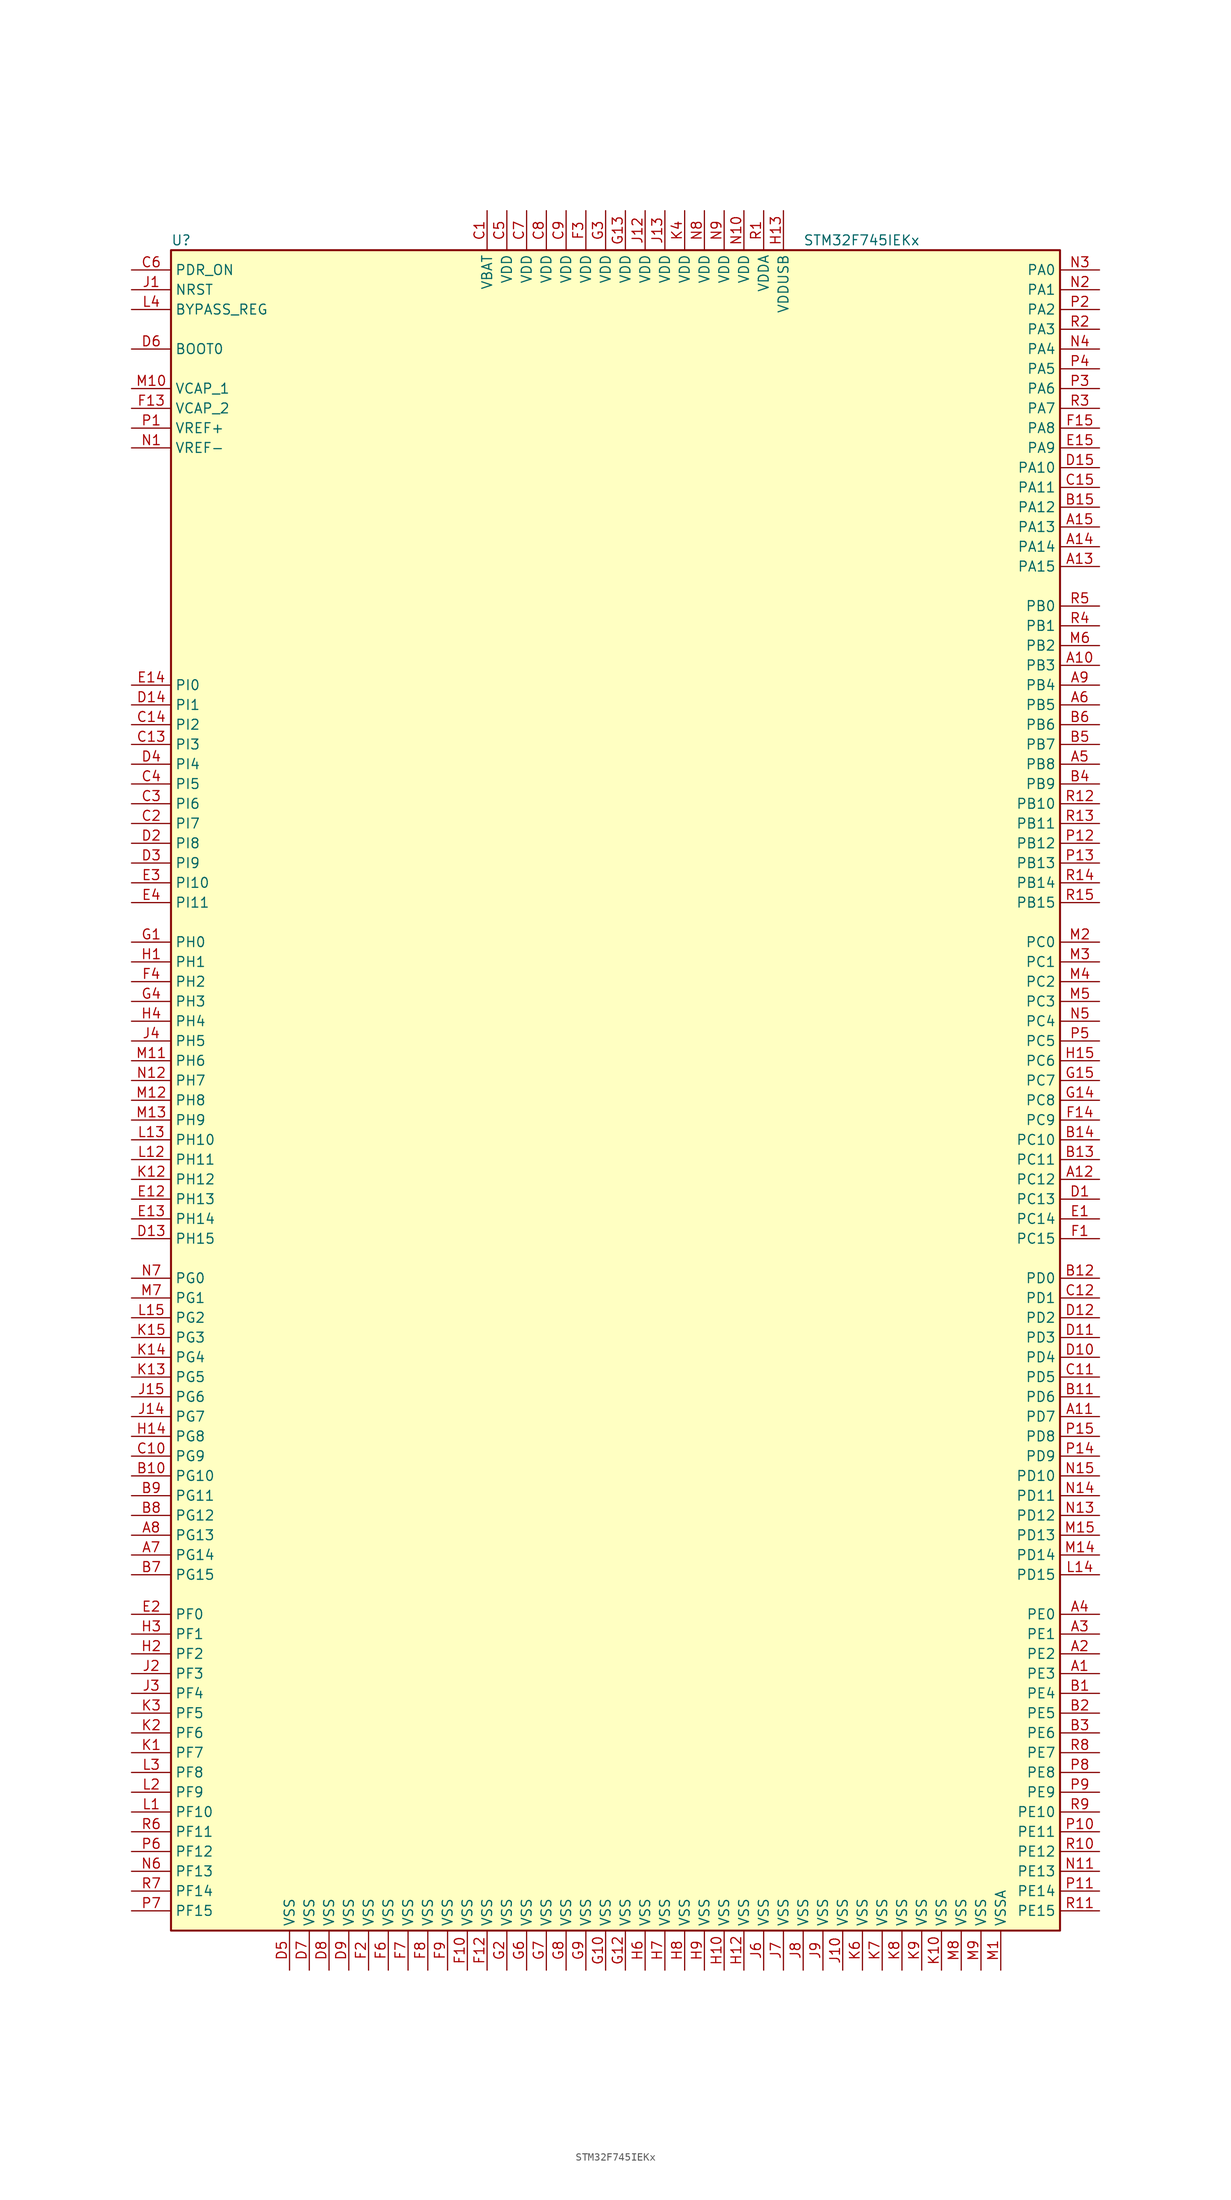
<source format=kicad_sym>
(kicad_symbol_lib
  (version 20211014)
  (generator kicad_symbol_editor)
  (symbol "STM32F745IEKx"
    (property "Reference" "U"
      (at -58.42 107.95 0)
      (effects (font (size 1.27 1.27)) (justify left)))
    (property "Value" "STM32F745IEKx"
      (at 22.86 107.95 0)
      (effects (font (size 1.27 1.27)) (justify left)))
    (symbol "STM32F745IEKx_0_1"
      (rectangle (start -58.42 -109.22) (end 55.88 106.68) (stroke (width 0.254) (type default) (color 0 0 0 0)) (fill (type background))))
    (symbol "STM32F745IEKx_1_1"
      (pin bidirectional line (at 60.96 -76.2 180) (length 5.08) (name "PE3" (effects (font (size 1.27 1.27)))) (number "A1" (effects (font (size 1.27 1.27)))))
      (pin bidirectional line (at 60.96 53.34 180) (length 5.08) (name "PB3" (effects (font (size 1.27 1.27)))) (number "A10" (effects (font (size 1.27 1.27)))))
      (pin bidirectional line (at 60.96 -43.18 180) (length 5.08) (name "PD7" (effects (font (size 1.27 1.27)))) (number "A11" (effects (font (size 1.27 1.27)))))
      (pin bidirectional line (at 60.96 -12.7 180) (length 5.08) (name "PC12" (effects (font (size 1.27 1.27)))) (number "A12" (effects (font (size 1.27 1.27)))))
      (pin bidirectional line (at 60.96 66.04 180) (length 5.08) (name "PA15" (effects (font (size 1.27 1.27)))) (number "A13" (effects (font (size 1.27 1.27)))))
      (pin bidirectional line (at 60.96 68.58 180) (length 5.08) (name "PA14" (effects (font (size 1.27 1.27)))) (number "A14" (effects (font (size 1.27 1.27)))))
      (pin bidirectional line (at 60.96 71.12 180) (length 5.08) (name "PA13" (effects (font (size 1.27 1.27)))) (number "A15" (effects (font (size 1.27 1.27)))))
      (pin bidirectional line (at 60.96 -73.66 180) (length 5.08) (name "PE2" (effects (font (size 1.27 1.27)))) (number "A2" (effects (font (size 1.27 1.27)))))
      (pin bidirectional line (at 60.96 -71.12 180) (length 5.08) (name "PE1" (effects (font (size 1.27 1.27)))) (number "A3" (effects (font (size 1.27 1.27)))))
      (pin bidirectional line (at 60.96 -68.58 180) (length 5.08) (name "PE0" (effects (font (size 1.27 1.27)))) (number "A4" (effects (font (size 1.27 1.27)))))
      (pin bidirectional line (at 60.96 40.64 180) (length 5.08) (name "PB8" (effects (font (size 1.27 1.27)))) (number "A5" (effects (font (size 1.27 1.27)))))
      (pin bidirectional line (at 60.96 48.26 180) (length 5.08) (name "PB5" (effects (font (size 1.27 1.27)))) (number "A6" (effects (font (size 1.27 1.27)))))
      (pin bidirectional line (at -63.5 -60.96 0) (length 5.08) (name "PG14" (effects (font (size 1.27 1.27)))) (number "A7" (effects (font (size 1.27 1.27)))))
      (pin bidirectional line (at -63.5 -58.42 0) (length 5.08) (name "PG13" (effects (font (size 1.27 1.27)))) (number "A8" (effects (font (size 1.27 1.27)))))
      (pin bidirectional line (at 60.96 50.8 180) (length 5.08) (name "PB4" (effects (font (size 1.27 1.27)))) (number "A9" (effects (font (size 1.27 1.27)))))
      (pin bidirectional line (at 60.96 -78.74 180) (length 5.08) (name "PE4" (effects (font (size 1.27 1.27)))) (number "B1" (effects (font (size 1.27 1.27)))))
      (pin bidirectional line (at -63.5 -50.8 0) (length 5.08) (name "PG10" (effects (font (size 1.27 1.27)))) (number "B10" (effects (font (size 1.27 1.27)))))
      (pin bidirectional line (at 60.96 -40.64 180) (length 5.08) (name "PD6" (effects (font (size 1.27 1.27)))) (number "B11" (effects (font (size 1.27 1.27)))))
      (pin bidirectional line (at 60.96 -25.4 180) (length 5.08) (name "PD0" (effects (font (size 1.27 1.27)))) (number "B12" (effects (font (size 1.27 1.27)))))
      (pin bidirectional line (at 60.96 -10.16 180) (length 5.08) (name "PC11" (effects (font (size 1.27 1.27)))) (number "B13" (effects (font (size 1.27 1.27)))))
      (pin bidirectional line (at 60.96 -7.62 180) (length 5.08) (name "PC10" (effects (font (size 1.27 1.27)))) (number "B14" (effects (font (size 1.27 1.27)))))
      (pin bidirectional line (at 60.96 73.66 180) (length 5.08) (name "PA12" (effects (font (size 1.27 1.27)))) (number "B15" (effects (font (size 1.27 1.27)))))
      (pin bidirectional line (at 60.96 -81.28 180) (length 5.08) (name "PE5" (effects (font (size 1.27 1.27)))) (number "B2" (effects (font (size 1.27 1.27)))))
      (pin bidirectional line (at 60.96 -83.82 180) (length 5.08) (name "PE6" (effects (font (size 1.27 1.27)))) (number "B3" (effects (font (size 1.27 1.27)))))
      (pin bidirectional line (at 60.96 38.1 180) (length 5.08) (name "PB9" (effects (font (size 1.27 1.27)))) (number "B4" (effects (font (size 1.27 1.27)))))
      (pin bidirectional line (at 60.96 43.18 180) (length 5.08) (name "PB7" (effects (font (size 1.27 1.27)))) (number "B5" (effects (font (size 1.27 1.27)))))
      (pin bidirectional line (at 60.96 45.72 180) (length 5.08) (name "PB6" (effects (font (size 1.27 1.27)))) (number "B6" (effects (font (size 1.27 1.27)))))
      (pin bidirectional line (at -63.5 -63.5 0) (length 5.08) (name "PG15" (effects (font (size 1.27 1.27)))) (number "B7" (effects (font (size 1.27 1.27)))))
      (pin bidirectional line (at -63.5 -55.88 0) (length 5.08) (name "PG12" (effects (font (size 1.27 1.27)))) (number "B8" (effects (font (size 1.27 1.27)))))
      (pin bidirectional line (at -63.5 -53.34 0) (length 5.08) (name "PG11" (effects (font (size 1.27 1.27)))) (number "B9" (effects (font (size 1.27 1.27)))))
      (pin power_in line (at -17.78 111.76 270) (length 5.08) (name "VBAT" (effects (font (size 1.27 1.27)))) (number "C1" (effects (font (size 1.27 1.27)))))
      (pin bidirectional line (at -63.5 -48.26 0) (length 5.08) (name "PG9" (effects (font (size 1.27 1.27)))) (number "C10" (effects (font (size 1.27 1.27)))))
      (pin bidirectional line (at 60.96 -38.1 180) (length 5.08) (name "PD5" (effects (font (size 1.27 1.27)))) (number "C11" (effects (font (size 1.27 1.27)))))
      (pin bidirectional line (at 60.96 -27.94 180) (length 5.08) (name "PD1" (effects (font (size 1.27 1.27)))) (number "C12" (effects (font (size 1.27 1.27)))))
      (pin bidirectional line (at -63.5 43.18 0) (length 5.08) (name "PI3" (effects (font (size 1.27 1.27)))) (number "C13" (effects (font (size 1.27 1.27)))))
      (pin bidirectional line (at -63.5 45.72 0) (length 5.08) (name "PI2" (effects (font (size 1.27 1.27)))) (number "C14" (effects (font (size 1.27 1.27)))))
      (pin bidirectional line (at 60.96 76.2 180) (length 5.08) (name "PA11" (effects (font (size 1.27 1.27)))) (number "C15" (effects (font (size 1.27 1.27)))))
      (pin bidirectional line (at -63.5 33.02 0) (length 5.08) (name "PI7" (effects (font (size 1.27 1.27)))) (number "C2" (effects (font (size 1.27 1.27)))))
      (pin bidirectional line (at -63.5 35.56 0) (length 5.08) (name "PI6" (effects (font (size 1.27 1.27)))) (number "C3" (effects (font (size 1.27 1.27)))))
      (pin bidirectional line (at -63.5 38.1 0) (length 5.08) (name "PI5" (effects (font (size 1.27 1.27)))) (number "C4" (effects (font (size 1.27 1.27)))))
      (pin power_in line (at -15.24 111.76 270) (length 5.08) (name "VDD" (effects (font (size 1.27 1.27)))) (number "C5" (effects (font (size 1.27 1.27)))))
      (pin input line (at -63.5 104.14 0) (length 5.08) (name "PDR_ON" (effects (font (size 1.27 1.27)))) (number "C6" (effects (font (size 1.27 1.27)))))
      (pin power_in line (at -12.7 111.76 270) (length 5.08) (name "VDD" (effects (font (size 1.27 1.27)))) (number "C7" (effects (font (size 1.27 1.27)))))
      (pin power_in line (at -10.16 111.76 270) (length 5.08) (name "VDD" (effects (font (size 1.27 1.27)))) (number "C8" (effects (font (size 1.27 1.27)))))
      (pin power_in line (at -7.62 111.76 270) (length 5.08) (name "VDD" (effects (font (size 1.27 1.27)))) (number "C9" (effects (font (size 1.27 1.27)))))
      (pin bidirectional line (at 60.96 -15.24 180) (length 5.08) (name "PC13" (effects (font (size 1.27 1.27)))) (number "D1" (effects (font (size 1.27 1.27)))))
      (pin bidirectional line (at 60.96 -35.56 180) (length 5.08) (name "PD4" (effects (font (size 1.27 1.27)))) (number "D10" (effects (font (size 1.27 1.27)))))
      (pin bidirectional line (at 60.96 -33.02 180) (length 5.08) (name "PD3" (effects (font (size 1.27 1.27)))) (number "D11" (effects (font (size 1.27 1.27)))))
      (pin bidirectional line (at 60.96 -30.48 180) (length 5.08) (name "PD2" (effects (font (size 1.27 1.27)))) (number "D12" (effects (font (size 1.27 1.27)))))
      (pin bidirectional line (at -63.5 -20.32 0) (length 5.08) (name "PH15" (effects (font (size 1.27 1.27)))) (number "D13" (effects (font (size 1.27 1.27)))))
      (pin bidirectional line (at -63.5 48.26 0) (length 5.08) (name "PI1" (effects (font (size 1.27 1.27)))) (number "D14" (effects (font (size 1.27 1.27)))))
      (pin bidirectional line (at 60.96 78.74 180) (length 5.08) (name "PA10" (effects (font (size 1.27 1.27)))) (number "D15" (effects (font (size 1.27 1.27)))))
      (pin bidirectional line (at -63.5 30.48 0) (length 5.08) (name "PI8" (effects (font (size 1.27 1.27)))) (number "D2" (effects (font (size 1.27 1.27)))))
      (pin bidirectional line (at -63.5 27.94 0) (length 5.08) (name "PI9" (effects (font (size 1.27 1.27)))) (number "D3" (effects (font (size 1.27 1.27)))))
      (pin bidirectional line (at -63.5 40.64 0) (length 5.08) (name "PI4" (effects (font (size 1.27 1.27)))) (number "D4" (effects (font (size 1.27 1.27)))))
      (pin power_in line (at -43.18 -114.3 90) (length 5.08) (name "VSS" (effects (font (size 1.27 1.27)))) (number "D5" (effects (font (size 1.27 1.27)))))
      (pin input line (at -63.5 93.98 0) (length 5.08) (name "BOOT0" (effects (font (size 1.27 1.27)))) (number "D6" (effects (font (size 1.27 1.27)))))
      (pin power_in line (at -40.64 -114.3 90) (length 5.08) (name "VSS" (effects (font (size 1.27 1.27)))) (number "D7" (effects (font (size 1.27 1.27)))))
      (pin power_in line (at -38.1 -114.3 90) (length 5.08) (name "VSS" (effects (font (size 1.27 1.27)))) (number "D8" (effects (font (size 1.27 1.27)))))
      (pin power_in line (at -35.56 -114.3 90) (length 5.08) (name "VSS" (effects (font (size 1.27 1.27)))) (number "D9" (effects (font (size 1.27 1.27)))))
      (pin bidirectional line (at 60.96 -17.78 180) (length 5.08) (name "PC14" (effects (font (size 1.27 1.27)))) (number "E1" (effects (font (size 1.27 1.27)))))
      (pin bidirectional line (at -63.5 -15.24 0) (length 5.08) (name "PH13" (effects (font (size 1.27 1.27)))) (number "E12" (effects (font (size 1.27 1.27)))))
      (pin bidirectional line (at -63.5 -17.78 0) (length 5.08) (name "PH14" (effects (font (size 1.27 1.27)))) (number "E13" (effects (font (size 1.27 1.27)))))
      (pin bidirectional line (at -63.5 50.8 0) (length 5.08) (name "PI0" (effects (font (size 1.27 1.27)))) (number "E14" (effects (font (size 1.27 1.27)))))
      (pin bidirectional line (at 60.96 81.28 180) (length 5.08) (name "PA9" (effects (font (size 1.27 1.27)))) (number "E15" (effects (font (size 1.27 1.27)))))
      (pin bidirectional line (at -63.5 -68.58 0) (length 5.08) (name "PF0" (effects (font (size 1.27 1.27)))) (number "E2" (effects (font (size 1.27 1.27)))))
      (pin bidirectional line (at -63.5 25.4 0) (length 5.08) (name "PI10" (effects (font (size 1.27 1.27)))) (number "E3" (effects (font (size 1.27 1.27)))))
      (pin bidirectional line (at -63.5 22.86 0) (length 5.08) (name "PI11" (effects (font (size 1.27 1.27)))) (number "E4" (effects (font (size 1.27 1.27)))))
      (pin bidirectional line (at 60.96 -20.32 180) (length 5.08) (name "PC15" (effects (font (size 1.27 1.27)))) (number "F1" (effects (font (size 1.27 1.27)))))
      (pin power_in line (at -20.32 -114.3 90) (length 5.08) (name "VSS" (effects (font (size 1.27 1.27)))) (number "F10" (effects (font (size 1.27 1.27)))))
      (pin power_in line (at -17.78 -114.3 90) (length 5.08) (name "VSS" (effects (font (size 1.27 1.27)))) (number "F12" (effects (font (size 1.27 1.27)))))
      (pin power_in line (at -63.5 86.36 0) (length 5.08) (name "VCAP_2" (effects (font (size 1.27 1.27)))) (number "F13" (effects (font (size 1.27 1.27)))))
      (pin bidirectional line (at 60.96 -5.08 180) (length 5.08) (name "PC9" (effects (font (size 1.27 1.27)))) (number "F14" (effects (font (size 1.27 1.27)))))
      (pin bidirectional line (at 60.96 83.82 180) (length 5.08) (name "PA8" (effects (font (size 1.27 1.27)))) (number "F15" (effects (font (size 1.27 1.27)))))
      (pin power_in line (at -33.02 -114.3 90) (length 5.08) (name "VSS" (effects (font (size 1.27 1.27)))) (number "F2" (effects (font (size 1.27 1.27)))))
      (pin power_in line (at -5.08 111.76 270) (length 5.08) (name "VDD" (effects (font (size 1.27 1.27)))) (number "F3" (effects (font (size 1.27 1.27)))))
      (pin bidirectional line (at -63.5 12.7 0) (length 5.08) (name "PH2" (effects (font (size 1.27 1.27)))) (number "F4" (effects (font (size 1.27 1.27)))))
      (pin power_in line (at -30.48 -114.3 90) (length 5.08) (name "VSS" (effects (font (size 1.27 1.27)))) (number "F6" (effects (font (size 1.27 1.27)))))
      (pin power_in line (at -27.94 -114.3 90) (length 5.08) (name "VSS" (effects (font (size 1.27 1.27)))) (number "F7" (effects (font (size 1.27 1.27)))))
      (pin power_in line (at -25.4 -114.3 90) (length 5.08) (name "VSS" (effects (font (size 1.27 1.27)))) (number "F8" (effects (font (size 1.27 1.27)))))
      (pin power_in line (at -22.86 -114.3 90) (length 5.08) (name "VSS" (effects (font (size 1.27 1.27)))) (number "F9" (effects (font (size 1.27 1.27)))))
      (pin input line (at -63.5 17.78 0) (length 5.08) (name "PH0" (effects (font (size 1.27 1.27)))) (number "G1" (effects (font (size 1.27 1.27)))))
      (pin power_in line (at -2.54 -114.3 90) (length 5.08) (name "VSS" (effects (font (size 1.27 1.27)))) (number "G10" (effects (font (size 1.27 1.27)))))
      (pin power_in line (at 0 -114.3 90) (length 5.08) (name "VSS" (effects (font (size 1.27 1.27)))) (number "G12" (effects (font (size 1.27 1.27)))))
      (pin power_in line (at 0 111.76 270) (length 5.08) (name "VDD" (effects (font (size 1.27 1.27)))) (number "G13" (effects (font (size 1.27 1.27)))))
      (pin bidirectional line (at 60.96 -2.54 180) (length 5.08) (name "PC8" (effects (font (size 1.27 1.27)))) (number "G14" (effects (font (size 1.27 1.27)))))
      (pin bidirectional line (at 60.96 0 180) (length 5.08) (name "PC7" (effects (font (size 1.27 1.27)))) (number "G15" (effects (font (size 1.27 1.27)))))
      (pin power_in line (at -15.24 -114.3 90) (length 5.08) (name "VSS" (effects (font (size 1.27 1.27)))) (number "G2" (effects (font (size 1.27 1.27)))))
      (pin power_in line (at -2.54 111.76 270) (length 5.08) (name "VDD" (effects (font (size 1.27 1.27)))) (number "G3" (effects (font (size 1.27 1.27)))))
      (pin bidirectional line (at -63.5 10.16 0) (length 5.08) (name "PH3" (effects (font (size 1.27 1.27)))) (number "G4" (effects (font (size 1.27 1.27)))))
      (pin power_in line (at -12.7 -114.3 90) (length 5.08) (name "VSS" (effects (font (size 1.27 1.27)))) (number "G6" (effects (font (size 1.27 1.27)))))
      (pin power_in line (at -10.16 -114.3 90) (length 5.08) (name "VSS" (effects (font (size 1.27 1.27)))) (number "G7" (effects (font (size 1.27 1.27)))))
      (pin power_in line (at -7.62 -114.3 90) (length 5.08) (name "VSS" (effects (font (size 1.27 1.27)))) (number "G8" (effects (font (size 1.27 1.27)))))
      (pin power_in line (at -5.08 -114.3 90) (length 5.08) (name "VSS" (effects (font (size 1.27 1.27)))) (number "G9" (effects (font (size 1.27 1.27)))))
      (pin input line (at -63.5 15.24 0) (length 5.08) (name "PH1" (effects (font (size 1.27 1.27)))) (number "H1" (effects (font (size 1.27 1.27)))))
      (pin power_in line (at 12.7 -114.3 90) (length 5.08) (name "VSS" (effects (font (size 1.27 1.27)))) (number "H10" (effects (font (size 1.27 1.27)))))
      (pin power_in line (at 15.24 -114.3 90) (length 5.08) (name "VSS" (effects (font (size 1.27 1.27)))) (number "H12" (effects (font (size 1.27 1.27)))))
      (pin power_in line (at 20.32 111.76 270) (length 5.08) (name "VDDUSB" (effects (font (size 1.27 1.27)))) (number "H13" (effects (font (size 1.27 1.27)))))
      (pin bidirectional line (at -63.5 -45.72 0) (length 5.08) (name "PG8" (effects (font (size 1.27 1.27)))) (number "H14" (effects (font (size 1.27 1.27)))))
      (pin bidirectional line (at 60.96 2.54 180) (length 5.08) (name "PC6" (effects (font (size 1.27 1.27)))) (number "H15" (effects (font (size 1.27 1.27)))))
      (pin bidirectional line (at -63.5 -73.66 0) (length 5.08) (name "PF2" (effects (font (size 1.27 1.27)))) (number "H2" (effects (font (size 1.27 1.27)))))
      (pin bidirectional line (at -63.5 -71.12 0) (length 5.08) (name "PF1" (effects (font (size 1.27 1.27)))) (number "H3" (effects (font (size 1.27 1.27)))))
      (pin bidirectional line (at -63.5 7.62 0) (length 5.08) (name "PH4" (effects (font (size 1.27 1.27)))) (number "H4" (effects (font (size 1.27 1.27)))))
      (pin power_in line (at 2.54 -114.3 90) (length 5.08) (name "VSS" (effects (font (size 1.27 1.27)))) (number "H6" (effects (font (size 1.27 1.27)))))
      (pin power_in line (at 5.08 -114.3 90) (length 5.08) (name "VSS" (effects (font (size 1.27 1.27)))) (number "H7" (effects (font (size 1.27 1.27)))))
      (pin power_in line (at 7.62 -114.3 90) (length 5.08) (name "VSS" (effects (font (size 1.27 1.27)))) (number "H8" (effects (font (size 1.27 1.27)))))
      (pin power_in line (at 10.16 -114.3 90) (length 5.08) (name "VSS" (effects (font (size 1.27 1.27)))) (number "H9" (effects (font (size 1.27 1.27)))))
      (pin input line (at -63.5 101.6 0) (length 5.08) (name "NRST" (effects (font (size 1.27 1.27)))) (number "J1" (effects (font (size 1.27 1.27)))))
      (pin power_in line (at 27.94 -114.3 90) (length 5.08) (name "VSS" (effects (font (size 1.27 1.27)))) (number "J10" (effects (font (size 1.27 1.27)))))
      (pin power_in line (at 2.54 111.76 270) (length 5.08) (name "VDD" (effects (font (size 1.27 1.27)))) (number "J12" (effects (font (size 1.27 1.27)))))
      (pin power_in line (at 5.08 111.76 270) (length 5.08) (name "VDD" (effects (font (size 1.27 1.27)))) (number "J13" (effects (font (size 1.27 1.27)))))
      (pin bidirectional line (at -63.5 -43.18 0) (length 5.08) (name "PG7" (effects (font (size 1.27 1.27)))) (number "J14" (effects (font (size 1.27 1.27)))))
      (pin bidirectional line (at -63.5 -40.64 0) (length 5.08) (name "PG6" (effects (font (size 1.27 1.27)))) (number "J15" (effects (font (size 1.27 1.27)))))
      (pin bidirectional line (at -63.5 -76.2 0) (length 5.08) (name "PF3" (effects (font (size 1.27 1.27)))) (number "J2" (effects (font (size 1.27 1.27)))))
      (pin bidirectional line (at -63.5 -78.74 0) (length 5.08) (name "PF4" (effects (font (size 1.27 1.27)))) (number "J3" (effects (font (size 1.27 1.27)))))
      (pin bidirectional line (at -63.5 5.08 0) (length 5.08) (name "PH5" (effects (font (size 1.27 1.27)))) (number "J4" (effects (font (size 1.27 1.27)))))
      (pin power_in line (at 17.78 -114.3 90) (length 5.08) (name "VSS" (effects (font (size 1.27 1.27)))) (number "J6" (effects (font (size 1.27 1.27)))))
      (pin power_in line (at 20.32 -114.3 90) (length 5.08) (name "VSS" (effects (font (size 1.27 1.27)))) (number "J7" (effects (font (size 1.27 1.27)))))
      (pin power_in line (at 22.86 -114.3 90) (length 5.08) (name "VSS" (effects (font (size 1.27 1.27)))) (number "J8" (effects (font (size 1.27 1.27)))))
      (pin power_in line (at 25.4 -114.3 90) (length 5.08) (name "VSS" (effects (font (size 1.27 1.27)))) (number "J9" (effects (font (size 1.27 1.27)))))
      (pin bidirectional line (at -63.5 -86.36 0) (length 5.08) (name "PF7" (effects (font (size 1.27 1.27)))) (number "K1" (effects (font (size 1.27 1.27)))))
      (pin power_in line (at 40.64 -114.3 90) (length 5.08) (name "VSS" (effects (font (size 1.27 1.27)))) (number "K10" (effects (font (size 1.27 1.27)))))
      (pin bidirectional line (at -63.5 -12.7 0) (length 5.08) (name "PH12" (effects (font (size 1.27 1.27)))) (number "K12" (effects (font (size 1.27 1.27)))))
      (pin bidirectional line (at -63.5 -38.1 0) (length 5.08) (name "PG5" (effects (font (size 1.27 1.27)))) (number "K13" (effects (font (size 1.27 1.27)))))
      (pin bidirectional line (at -63.5 -35.56 0) (length 5.08) (name "PG4" (effects (font (size 1.27 1.27)))) (number "K14" (effects (font (size 1.27 1.27)))))
      (pin bidirectional line (at -63.5 -33.02 0) (length 5.08) (name "PG3" (effects (font (size 1.27 1.27)))) (number "K15" (effects (font (size 1.27 1.27)))))
      (pin bidirectional line (at -63.5 -83.82 0) (length 5.08) (name "PF6" (effects (font (size 1.27 1.27)))) (number "K2" (effects (font (size 1.27 1.27)))))
      (pin bidirectional line (at -63.5 -81.28 0) (length 5.08) (name "PF5" (effects (font (size 1.27 1.27)))) (number "K3" (effects (font (size 1.27 1.27)))))
      (pin power_in line (at 7.62 111.76 270) (length 5.08) (name "VDD" (effects (font (size 1.27 1.27)))) (number "K4" (effects (font (size 1.27 1.27)))))
      (pin power_in line (at 30.48 -114.3 90) (length 5.08) (name "VSS" (effects (font (size 1.27 1.27)))) (number "K6" (effects (font (size 1.27 1.27)))))
      (pin power_in line (at 33.02 -114.3 90) (length 5.08) (name "VSS" (effects (font (size 1.27 1.27)))) (number "K7" (effects (font (size 1.27 1.27)))))
      (pin power_in line (at 35.56 -114.3 90) (length 5.08) (name "VSS" (effects (font (size 1.27 1.27)))) (number "K8" (effects (font (size 1.27 1.27)))))
      (pin power_in line (at 38.1 -114.3 90) (length 5.08) (name "VSS" (effects (font (size 1.27 1.27)))) (number "K9" (effects (font (size 1.27 1.27)))))
      (pin bidirectional line (at -63.5 -93.98 0) (length 5.08) (name "PF10" (effects (font (size 1.27 1.27)))) (number "L1" (effects (font (size 1.27 1.27)))))
      (pin bidirectional line (at -63.5 -10.16 0) (length 5.08) (name "PH11" (effects (font (size 1.27 1.27)))) (number "L12" (effects (font (size 1.27 1.27)))))
      (pin bidirectional line (at -63.5 -7.62 0) (length 5.08) (name "PH10" (effects (font (size 1.27 1.27)))) (number "L13" (effects (font (size 1.27 1.27)))))
      (pin bidirectional line (at 60.96 -63.5 180) (length 5.08) (name "PD15" (effects (font (size 1.27 1.27)))) (number "L14" (effects (font (size 1.27 1.27)))))
      (pin bidirectional line (at -63.5 -30.48 0) (length 5.08) (name "PG2" (effects (font (size 1.27 1.27)))) (number "L15" (effects (font (size 1.27 1.27)))))
      (pin bidirectional line (at -63.5 -91.44 0) (length 5.08) (name "PF9" (effects (font (size 1.27 1.27)))) (number "L2" (effects (font (size 1.27 1.27)))))
      (pin bidirectional line (at -63.5 -88.9 0) (length 5.08) (name "PF8" (effects (font (size 1.27 1.27)))) (number "L3" (effects (font (size 1.27 1.27)))))
      (pin input line (at -63.5 99.06 0) (length 5.08) (name "BYPASS_REG" (effects (font (size 1.27 1.27)))) (number "L4" (effects (font (size 1.27 1.27)))))
      (pin power_in line (at 48.26 -114.3 90) (length 5.08) (name "VSSA" (effects (font (size 1.27 1.27)))) (number "M1" (effects (font (size 1.27 1.27)))))
      (pin power_in line (at -63.5 88.9 0) (length 5.08) (name "VCAP_1" (effects (font (size 1.27 1.27)))) (number "M10" (effects (font (size 1.27 1.27)))))
      (pin bidirectional line (at -63.5 2.54 0) (length 5.08) (name "PH6" (effects (font (size 1.27 1.27)))) (number "M11" (effects (font (size 1.27 1.27)))))
      (pin bidirectional line (at -63.5 -2.54 0) (length 5.08) (name "PH8" (effects (font (size 1.27 1.27)))) (number "M12" (effects (font (size 1.27 1.27)))))
      (pin bidirectional line (at -63.5 -5.08 0) (length 5.08) (name "PH9" (effects (font (size 1.27 1.27)))) (number "M13" (effects (font (size 1.27 1.27)))))
      (pin bidirectional line (at 60.96 -60.96 180) (length 5.08) (name "PD14" (effects (font (size 1.27 1.27)))) (number "M14" (effects (font (size 1.27 1.27)))))
      (pin bidirectional line (at 60.96 -58.42 180) (length 5.08) (name "PD13" (effects (font (size 1.27 1.27)))) (number "M15" (effects (font (size 1.27 1.27)))))
      (pin bidirectional line (at 60.96 17.78 180) (length 5.08) (name "PC0" (effects (font (size 1.27 1.27)))) (number "M2" (effects (font (size 1.27 1.27)))))
      (pin bidirectional line (at 60.96 15.24 180) (length 5.08) (name "PC1" (effects (font (size 1.27 1.27)))) (number "M3" (effects (font (size 1.27 1.27)))))
      (pin bidirectional line (at 60.96 12.7 180) (length 5.08) (name "PC2" (effects (font (size 1.27 1.27)))) (number "M4" (effects (font (size 1.27 1.27)))))
      (pin bidirectional line (at 60.96 10.16 180) (length 5.08) (name "PC3" (effects (font (size 1.27 1.27)))) (number "M5" (effects (font (size 1.27 1.27)))))
      (pin bidirectional line (at 60.96 55.88 180) (length 5.08) (name "PB2" (effects (font (size 1.27 1.27)))) (number "M6" (effects (font (size 1.27 1.27)))))
      (pin bidirectional line (at -63.5 -27.94 0) (length 5.08) (name "PG1" (effects (font (size 1.27 1.27)))) (number "M7" (effects (font (size 1.27 1.27)))))
      (pin power_in line (at 43.18 -114.3 90) (length 5.08) (name "VSS" (effects (font (size 1.27 1.27)))) (number "M8" (effects (font (size 1.27 1.27)))))
      (pin power_in line (at 45.72 -114.3 90) (length 5.08) (name "VSS" (effects (font (size 1.27 1.27)))) (number "M9" (effects (font (size 1.27 1.27)))))
      (pin power_in line (at -63.5 81.28 0) (length 5.08) (name "VREF-" (effects (font (size 1.27 1.27)))) (number "N1" (effects (font (size 1.27 1.27)))))
      (pin power_in line (at 15.24 111.76 270) (length 5.08) (name "VDD" (effects (font (size 1.27 1.27)))) (number "N10" (effects (font (size 1.27 1.27)))))
      (pin bidirectional line (at 60.96 -101.6 180) (length 5.08) (name "PE13" (effects (font (size 1.27 1.27)))) (number "N11" (effects (font (size 1.27 1.27)))))
      (pin bidirectional line (at -63.5 0 0) (length 5.08) (name "PH7" (effects (font (size 1.27 1.27)))) (number "N12" (effects (font (size 1.27 1.27)))))
      (pin bidirectional line (at 60.96 -55.88 180) (length 5.08) (name "PD12" (effects (font (size 1.27 1.27)))) (number "N13" (effects (font (size 1.27 1.27)))))
      (pin bidirectional line (at 60.96 -53.34 180) (length 5.08) (name "PD11" (effects (font (size 1.27 1.27)))) (number "N14" (effects (font (size 1.27 1.27)))))
      (pin bidirectional line (at 60.96 -50.8 180) (length 5.08) (name "PD10" (effects (font (size 1.27 1.27)))) (number "N15" (effects (font (size 1.27 1.27)))))
      (pin bidirectional line (at 60.96 101.6 180) (length 5.08) (name "PA1" (effects (font (size 1.27 1.27)))) (number "N2" (effects (font (size 1.27 1.27)))))
      (pin bidirectional line (at 60.96 104.14 180) (length 5.08) (name "PA0" (effects (font (size 1.27 1.27)))) (number "N3" (effects (font (size 1.27 1.27)))))
      (pin bidirectional line (at 60.96 93.98 180) (length 5.08) (name "PA4" (effects (font (size 1.27 1.27)))) (number "N4" (effects (font (size 1.27 1.27)))))
      (pin bidirectional line (at 60.96 7.62 180) (length 5.08) (name "PC4" (effects (font (size 1.27 1.27)))) (number "N5" (effects (font (size 1.27 1.27)))))
      (pin bidirectional line (at -63.5 -101.6 0) (length 5.08) (name "PF13" (effects (font (size 1.27 1.27)))) (number "N6" (effects (font (size 1.27 1.27)))))
      (pin bidirectional line (at -63.5 -25.4 0) (length 5.08) (name "PG0" (effects (font (size 1.27 1.27)))) (number "N7" (effects (font (size 1.27 1.27)))))
      (pin power_in line (at 10.16 111.76 270) (length 5.08) (name "VDD" (effects (font (size 1.27 1.27)))) (number "N8" (effects (font (size 1.27 1.27)))))
      (pin power_in line (at 12.7 111.76 270) (length 5.08) (name "VDD" (effects (font (size 1.27 1.27)))) (number "N9" (effects (font (size 1.27 1.27)))))
      (pin power_in line (at -63.5 83.82 0) (length 5.08) (name "VREF+" (effects (font (size 1.27 1.27)))) (number "P1" (effects (font (size 1.27 1.27)))))
      (pin bidirectional line (at 60.96 -96.52 180) (length 5.08) (name "PE11" (effects (font (size 1.27 1.27)))) (number "P10" (effects (font (size 1.27 1.27)))))
      (pin bidirectional line (at 60.96 -104.14 180) (length 5.08) (name "PE14" (effects (font (size 1.27 1.27)))) (number "P11" (effects (font (size 1.27 1.27)))))
      (pin bidirectional line (at 60.96 30.48 180) (length 5.08) (name "PB12" (effects (font (size 1.27 1.27)))) (number "P12" (effects (font (size 1.27 1.27)))))
      (pin bidirectional line (at 60.96 27.94 180) (length 5.08) (name "PB13" (effects (font (size 1.27 1.27)))) (number "P13" (effects (font (size 1.27 1.27)))))
      (pin bidirectional line (at 60.96 -48.26 180) (length 5.08) (name "PD9" (effects (font (size 1.27 1.27)))) (number "P14" (effects (font (size 1.27 1.27)))))
      (pin bidirectional line (at 60.96 -45.72 180) (length 5.08) (name "PD8" (effects (font (size 1.27 1.27)))) (number "P15" (effects (font (size 1.27 1.27)))))
      (pin bidirectional line (at 60.96 99.06 180) (length 5.08) (name "PA2" (effects (font (size 1.27 1.27)))) (number "P2" (effects (font (size 1.27 1.27)))))
      (pin bidirectional line (at 60.96 88.9 180) (length 5.08) (name "PA6" (effects (font (size 1.27 1.27)))) (number "P3" (effects (font (size 1.27 1.27)))))
      (pin bidirectional line (at 60.96 91.44 180) (length 5.08) (name "PA5" (effects (font (size 1.27 1.27)))) (number "P4" (effects (font (size 1.27 1.27)))))
      (pin bidirectional line (at 60.96 5.08 180) (length 5.08) (name "PC5" (effects (font (size 1.27 1.27)))) (number "P5" (effects (font (size 1.27 1.27)))))
      (pin bidirectional line (at -63.5 -99.06 0) (length 5.08) (name "PF12" (effects (font (size 1.27 1.27)))) (number "P6" (effects (font (size 1.27 1.27)))))
      (pin bidirectional line (at -63.5 -106.68 0) (length 5.08) (name "PF15" (effects (font (size 1.27 1.27)))) (number "P7" (effects (font (size 1.27 1.27)))))
      (pin bidirectional line (at 60.96 -88.9 180) (length 5.08) (name "PE8" (effects (font (size 1.27 1.27)))) (number "P8" (effects (font (size 1.27 1.27)))))
      (pin bidirectional line (at 60.96 -91.44 180) (length 5.08) (name "PE9" (effects (font (size 1.27 1.27)))) (number "P9" (effects (font (size 1.27 1.27)))))
      (pin power_in line (at 17.78 111.76 270) (length 5.08) (name "VDDA" (effects (font (size 1.27 1.27)))) (number "R1" (effects (font (size 1.27 1.27)))))
      (pin bidirectional line (at 60.96 -99.06 180) (length 5.08) (name "PE12" (effects (font (size 1.27 1.27)))) (number "R10" (effects (font (size 1.27 1.27)))))
      (pin bidirectional line (at 60.96 -106.68 180) (length 5.08) (name "PE15" (effects (font (size 1.27 1.27)))) (number "R11" (effects (font (size 1.27 1.27)))))
      (pin bidirectional line (at 60.96 35.56 180) (length 5.08) (name "PB10" (effects (font (size 1.27 1.27)))) (number "R12" (effects (font (size 1.27 1.27)))))
      (pin bidirectional line (at 60.96 33.02 180) (length 5.08) (name "PB11" (effects (font (size 1.27 1.27)))) (number "R13" (effects (font (size 1.27 1.27)))))
      (pin bidirectional line (at 60.96 25.4 180) (length 5.08) (name "PB14" (effects (font (size 1.27 1.27)))) (number "R14" (effects (font (size 1.27 1.27)))))
      (pin bidirectional line (at 60.96 22.86 180) (length 5.08) (name "PB15" (effects (font (size 1.27 1.27)))) (number "R15" (effects (font (size 1.27 1.27)))))
      (pin bidirectional line (at 60.96 96.52 180) (length 5.08) (name "PA3" (effects (font (size 1.27 1.27)))) (number "R2" (effects (font (size 1.27 1.27)))))
      (pin bidirectional line (at 60.96 86.36 180) (length 5.08) (name "PA7" (effects (font (size 1.27 1.27)))) (number "R3" (effects (font (size 1.27 1.27)))))
      (pin bidirectional line (at 60.96 58.42 180) (length 5.08) (name "PB1" (effects (font (size 1.27 1.27)))) (number "R4" (effects (font (size 1.27 1.27)))))
      (pin bidirectional line (at 60.96 60.96 180) (length 5.08) (name "PB0" (effects (font (size 1.27 1.27)))) (number "R5" (effects (font (size 1.27 1.27)))))
      (pin bidirectional line (at -63.5 -96.52 0) (length 5.08) (name "PF11" (effects (font (size 1.27 1.27)))) (number "R6" (effects (font (size 1.27 1.27)))))
      (pin bidirectional line (at -63.5 -104.14 0) (length 5.08) (name "PF14" (effects (font (size 1.27 1.27)))) (number "R7" (effects (font (size 1.27 1.27)))))
      (pin bidirectional line (at 60.96 -86.36 180) (length 5.08) (name "PE7" (effects (font (size 1.27 1.27)))) (number "R8" (effects (font (size 1.27 1.27)))))
      (pin bidirectional line (at 60.96 -93.98 180) (length 5.08) (name "PE10" (effects (font (size 1.27 1.27)))) (number "R9" (effects (font (size 1.27 1.27))))))))
</source>
